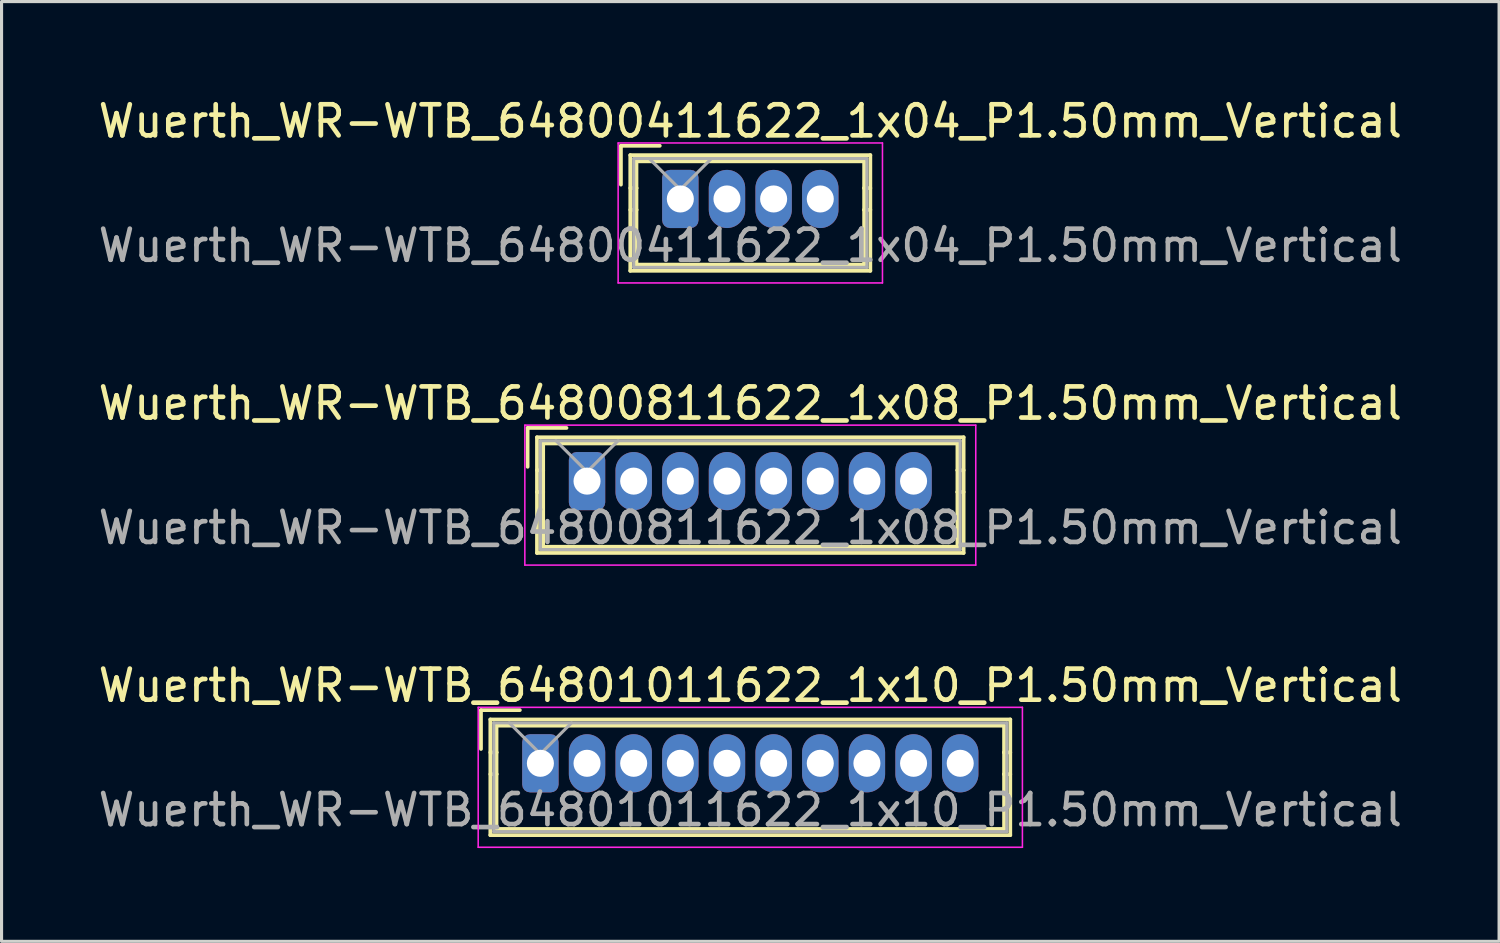
<source format=kicad_pcb>
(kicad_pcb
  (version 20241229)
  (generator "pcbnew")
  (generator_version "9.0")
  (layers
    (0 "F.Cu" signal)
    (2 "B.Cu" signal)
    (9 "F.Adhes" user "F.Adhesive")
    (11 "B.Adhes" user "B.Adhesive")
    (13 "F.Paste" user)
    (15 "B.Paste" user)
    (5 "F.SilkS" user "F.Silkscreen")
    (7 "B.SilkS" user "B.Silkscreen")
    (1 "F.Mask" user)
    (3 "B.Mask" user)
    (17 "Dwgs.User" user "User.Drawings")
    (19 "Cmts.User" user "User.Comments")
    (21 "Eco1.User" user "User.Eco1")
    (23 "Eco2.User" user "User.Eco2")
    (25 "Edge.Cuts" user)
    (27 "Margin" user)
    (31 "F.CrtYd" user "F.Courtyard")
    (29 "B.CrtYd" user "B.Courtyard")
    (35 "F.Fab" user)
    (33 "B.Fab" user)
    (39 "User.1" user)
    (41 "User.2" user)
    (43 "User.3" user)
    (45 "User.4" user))
  (footprint "Wuerth_WR-WTB_64800411622_1x04_P1.50mm_Vertical"
    (layer "F.Cu")
    (at 18.827 3.348)
    (property "Reference" "Wuerth_WR-WTB_64800411622_1x04_P1.50mm_Vertical" (at 2.25 -2.5 0) (layer "F.SilkS") (effects (font (size 1 1) (thickness 0.15))))
    (attr through_hole)
    (fp_line (start -1.91 -1.71) (end -1.91 -0.46) (stroke (width 0.12) (type solid)) (layer "F.SilkS"))
    (fp_line (start -1.61 -1.41) (end -1.61 2.31) (stroke (width 0.12) (type solid)) (layer "F.SilkS"))
    (fp_line (start -1.61 -0.35) (end -1.41 -0.35) (stroke (width 0.12) (type solid)) (layer "F.SilkS"))
    (fp_line (start -1.61 2.31) (end 6.11 2.31) (stroke (width 0.12) (type solid)) (layer "F.SilkS"))
    (fp_line (start -1.41 -1.21) (end 5.91 -1.21) (stroke (width 0.12) (type solid)) (layer "F.SilkS"))
    (fp_line (start -1.41 -0.35) (end -1.41 -1.21) (stroke (width 0.12) (type solid)) (layer "F.SilkS"))
    (fp_line (start -1.41 -0.35) (end -1.41 0.35) (stroke (width 0.12) (type solid)) (layer "F.SilkS"))
    (fp_line (start -1.41 0.35) (end -1.61 0.35) (stroke (width 0.12) (type solid)) (layer "F.SilkS"))
    (fp_line (start -1.41 0.35) (end -1.41 2.11) (stroke (width 0.12) (type solid)) (layer "F.SilkS"))
    (fp_line (start -1.41 2.11) (end 5.91 2.11) (stroke (width 0.12) (type solid)) (layer "F.SilkS"))
    (fp_line (start -0.66 -1.71) (end -1.91 -1.71) (stroke (width 0.12) (type solid)) (layer "F.SilkS"))
    (fp_line (start 5.91 -1.21) (end 5.91 -0.35) (stroke (width 0.12) (type solid)) (layer "F.SilkS"))
    (fp_line (start 5.91 -0.35) (end 5.91 0.35) (stroke (width 0.12) (type solid)) (layer "F.SilkS"))
    (fp_line (start 5.91 -0.35) (end 6.11 -0.35) (stroke (width 0.12) (type solid)) (layer "F.SilkS"))
    (fp_line (start 5.91 0.35) (end 6.11 0.35) (stroke (width 0.12) (type solid)) (layer "F.SilkS"))
    (fp_line (start 5.91 2.11) (end 5.91 0.35) (stroke (width 0.12) (type solid)) (layer "F.SilkS"))
    (fp_line (start 6.11 -1.41) (end -1.61 -1.41) (stroke (width 0.12) (type solid)) (layer "F.SilkS"))
    (fp_line (start 6.11 2.31) (end 6.11 -1.41) (stroke (width 0.12) (type solid)) (layer "F.SilkS"))
    (fp_line (start -2 -1.8) (end -2 2.7) (stroke (width 0.05) (type solid)) (layer "F.CrtYd"))
    (fp_line (start -2 2.7) (end 6.5 2.7) (stroke (width 0.05) (type solid)) (layer "F.CrtYd"))
    (fp_line (start 6.5 -1.8) (end -2 -1.8) (stroke (width 0.05) (type solid)) (layer "F.CrtYd"))
    (fp_line (start 6.5 2.7) (end 6.5 -1.8) (stroke (width 0.05) (type solid)) (layer "F.CrtYd"))
    (fp_line (start -1.5 -1.3) (end -1.5 2.2) (stroke (width 0.1) (type solid)) (layer "F.Fab"))
    (fp_line (start -1.5 2.2) (end 6 2.2) (stroke (width 0.1) (type solid)) (layer "F.Fab"))
    (fp_line (start -1 -1.3) (end 0 -0.3) (stroke (width 0.1) (type solid)) (layer "F.Fab"))
    (fp_line (start 0 -0.3) (end 1 -1.3) (stroke (width 0.1) (type solid)) (layer "F.Fab"))
    (fp_line (start 6 -1.3) (end -1.5 -1.3) (stroke (width 0.1) (type solid)) (layer "F.Fab"))
    (fp_line (start 6 2.2) (end 6 -1.3) (stroke (width 0.1) (type solid)) (layer "F.Fab"))
    (fp_text user "${REFERENCE}" (at 2.25 1.5 0) (layer "F.Fab") (effects (font (size 1 1) (thickness 0.15))))
    (pad "1" thru_hole roundrect (at 0 0) (size 1.17 1.87) (drill 0.87) (layers "*.Cu" "*.Mask") (roundrect_rratio 0.214))
    (pad "2" thru_hole oval (at 1.5 0) (size 1.17 1.87) (drill 0.87) (layers "*.Cu" "*.Mask"))
    (pad "3" thru_hole oval (at 3 0) (size 1.17 1.87) (drill 0.87) (layers "*.Cu" "*.Mask"))
    (pad "4" thru_hole oval (at 4.5 0) (size 1.17 1.87) (drill 0.87) (layers "*.Cu" "*.Mask")))
  (footprint "Wuerth_WR-WTB_64801011622_1x10_P1.50mm_Vertical"
    (layer "F.Cu")
    (at 14.327 21.495)
    (property "Reference" "Wuerth_WR-WTB_64801011622_1x10_P1.50mm_Vertical" (at 6.75 -2.5 0) (layer "F.SilkS") (effects (font (size 1 1) (thickness 0.15))))
    (attr through_hole)
    (fp_line (start -1.91 -1.71) (end -1.91 -0.46) (stroke (width 0.12) (type solid)) (layer "F.SilkS"))
    (fp_line (start -1.61 -1.41) (end -1.61 2.31) (stroke (width 0.12) (type solid)) (layer "F.SilkS"))
    (fp_line (start -1.61 -0.35) (end -1.41 -0.35) (stroke (width 0.12) (type solid)) (layer "F.SilkS"))
    (fp_line (start -1.61 2.31) (end 15.11 2.31) (stroke (width 0.12) (type solid)) (layer "F.SilkS"))
    (fp_line (start -1.41 -1.21) (end 14.91 -1.21) (stroke (width 0.12) (type solid)) (layer "F.SilkS"))
    (fp_line (start -1.41 -0.35) (end -1.41 -1.21) (stroke (width 0.12) (type solid)) (layer "F.SilkS"))
    (fp_line (start -1.41 -0.35) (end -1.41 0.35) (stroke (width 0.12) (type solid)) (layer "F.SilkS"))
    (fp_line (start -1.41 0.35) (end -1.61 0.35) (stroke (width 0.12) (type solid)) (layer "F.SilkS"))
    (fp_line (start -1.41 0.35) (end -1.41 2.11) (stroke (width 0.12) (type solid)) (layer "F.SilkS"))
    (fp_line (start -1.41 2.11) (end 14.91 2.11) (stroke (width 0.12) (type solid)) (layer "F.SilkS"))
    (fp_line (start -0.66 -1.71) (end -1.91 -1.71) (stroke (width 0.12) (type solid)) (layer "F.SilkS"))
    (fp_line (start 14.91 -1.21) (end 14.91 -0.35) (stroke (width 0.12) (type solid)) (layer "F.SilkS"))
    (fp_line (start 14.91 -0.35) (end 14.91 0.35) (stroke (width 0.12) (type solid)) (layer "F.SilkS"))
    (fp_line (start 14.91 -0.35) (end 15.11 -0.35) (stroke (width 0.12) (type solid)) (layer "F.SilkS"))
    (fp_line (start 14.91 0.35) (end 15.11 0.35) (stroke (width 0.12) (type solid)) (layer "F.SilkS"))
    (fp_line (start 14.91 2.11) (end 14.91 0.35) (stroke (width 0.12) (type solid)) (layer "F.SilkS"))
    (fp_line (start 15.11 -1.41) (end -1.61 -1.41) (stroke (width 0.12) (type solid)) (layer "F.SilkS"))
    (fp_line (start 15.11 2.31) (end 15.11 -1.41) (stroke (width 0.12) (type solid)) (layer "F.SilkS"))
    (fp_line (start -2 -1.8) (end -2 2.7) (stroke (width 0.05) (type solid)) (layer "F.CrtYd"))
    (fp_line (start -2 2.7) (end 15.5 2.7) (stroke (width 0.05) (type solid)) (layer "F.CrtYd"))
    (fp_line (start 15.5 -1.8) (end -2 -1.8) (stroke (width 0.05) (type solid)) (layer "F.CrtYd"))
    (fp_line (start 15.5 2.7) (end 15.5 -1.8) (stroke (width 0.05) (type solid)) (layer "F.CrtYd"))
    (fp_line (start -1.5 -1.3) (end -1.5 2.2) (stroke (width 0.1) (type solid)) (layer "F.Fab"))
    (fp_line (start -1.5 2.2) (end 15 2.2) (stroke (width 0.1) (type solid)) (layer "F.Fab"))
    (fp_line (start -1 -1.3) (end 0 -0.3) (stroke (width 0.1) (type solid)) (layer "F.Fab"))
    (fp_line (start 0 -0.3) (end 1 -1.3) (stroke (width 0.1) (type solid)) (layer "F.Fab"))
    (fp_line (start 15 -1.3) (end -1.5 -1.3) (stroke (width 0.1) (type solid)) (layer "F.Fab"))
    (fp_line (start 15 2.2) (end 15 -1.3) (stroke (width 0.1) (type solid)) (layer "F.Fab"))
    (fp_text user "${REFERENCE}" (at 6.75 1.5 0) (layer "F.Fab") (effects (font (size 1 1) (thickness 0.15))))
    (pad "1" thru_hole roundrect (at 0 0) (size 1.17 1.87) (drill 0.87) (layers "*.Cu" "*.Mask") (roundrect_rratio 0.214))
    (pad "2" thru_hole oval (at 1.5 0) (size 1.17 1.87) (drill 0.87) (layers "*.Cu" "*.Mask"))
    (pad "3" thru_hole oval (at 3 0) (size 1.17 1.87) (drill 0.87) (layers "*.Cu" "*.Mask"))
    (pad "4" thru_hole oval (at 4.5 0) (size 1.17 1.87) (drill 0.87) (layers "*.Cu" "*.Mask"))
    (pad "5" thru_hole oval (at 6 0) (size 1.17 1.87) (drill 0.87) (layers "*.Cu" "*.Mask"))
    (pad "6" thru_hole oval (at 7.5 0) (size 1.17 1.87) (drill 0.87) (layers "*.Cu" "*.Mask"))
    (pad "7" thru_hole oval (at 9 0) (size 1.17 1.87) (drill 0.87) (layers "*.Cu" "*.Mask"))
    (pad "8" thru_hole oval (at 10.5 0) (size 1.17 1.87) (drill 0.87) (layers "*.Cu" "*.Mask"))
    (pad "9" thru_hole oval (at 12 0) (size 1.17 1.87) (drill 0.87) (layers "*.Cu" "*.Mask"))
    (pad "10" thru_hole oval (at 13.5 0) (size 1.17 1.87) (drill 0.87) (layers "*.Cu" "*.Mask")))
  (footprint "Wuerth_WR-WTB_64800811622_1x08_P1.50mm_Vertical"
    (layer "F.Cu")
    (at 15.827 12.421)
    (property "Reference" "Wuerth_WR-WTB_64800811622_1x08_P1.50mm_Vertical" (at 5.25 -2.5 0) (layer "F.SilkS") (effects (font (size 1 1) (thickness 0.15))))
    (attr through_hole)
    (fp_line (start -1.91 -1.71) (end -1.91 -0.46) (stroke (width 0.12) (type solid)) (layer "F.SilkS"))
    (fp_line (start -1.61 -1.41) (end -1.61 2.31) (stroke (width 0.12) (type solid)) (layer "F.SilkS"))
    (fp_line (start -1.61 -0.35) (end -1.41 -0.35) (stroke (width 0.12) (type solid)) (layer "F.SilkS"))
    (fp_line (start -1.61 2.31) (end 12.11 2.31) (stroke (width 0.12) (type solid)) (layer "F.SilkS"))
    (fp_line (start -1.41 -1.21) (end 11.91 -1.21) (stroke (width 0.12) (type solid)) (layer "F.SilkS"))
    (fp_line (start -1.41 -0.35) (end -1.41 -1.21) (stroke (width 0.12) (type solid)) (layer "F.SilkS"))
    (fp_line (start -1.41 -0.35) (end -1.41 0.35) (stroke (width 0.12) (type solid)) (layer "F.SilkS"))
    (fp_line (start -1.41 0.35) (end -1.61 0.35) (stroke (width 0.12) (type solid)) (layer "F.SilkS"))
    (fp_line (start -1.41 0.35) (end -1.41 2.11) (stroke (width 0.12) (type solid)) (layer "F.SilkS"))
    (fp_line (start -1.41 2.11) (end 11.91 2.11) (stroke (width 0.12) (type solid)) (layer "F.SilkS"))
    (fp_line (start -0.66 -1.71) (end -1.91 -1.71) (stroke (width 0.12) (type solid)) (layer "F.SilkS"))
    (fp_line (start 11.91 -1.21) (end 11.91 -0.35) (stroke (width 0.12) (type solid)) (layer "F.SilkS"))
    (fp_line (start 11.91 -0.35) (end 11.91 0.35) (stroke (width 0.12) (type solid)) (layer "F.SilkS"))
    (fp_line (start 11.91 -0.35) (end 12.11 -0.35) (stroke (width 0.12) (type solid)) (layer "F.SilkS"))
    (fp_line (start 11.91 0.35) (end 12.11 0.35) (stroke (width 0.12) (type solid)) (layer "F.SilkS"))
    (fp_line (start 11.91 2.11) (end 11.91 0.35) (stroke (width 0.12) (type solid)) (layer "F.SilkS"))
    (fp_line (start 12.11 -1.41) (end -1.61 -1.41) (stroke (width 0.12) (type solid)) (layer "F.SilkS"))
    (fp_line (start 12.11 2.31) (end 12.11 -1.41) (stroke (width 0.12) (type solid)) (layer "F.SilkS"))
    (fp_line (start -2 -1.8) (end -2 2.7) (stroke (width 0.05) (type solid)) (layer "F.CrtYd"))
    (fp_line (start -2 2.7) (end 12.5 2.7) (stroke (width 0.05) (type solid)) (layer "F.CrtYd"))
    (fp_line (start 12.5 -1.8) (end -2 -1.8) (stroke (width 0.05) (type solid)) (layer "F.CrtYd"))
    (fp_line (start 12.5 2.7) (end 12.5 -1.8) (stroke (width 0.05) (type solid)) (layer "F.CrtYd"))
    (fp_line (start -1.5 -1.3) (end -1.5 2.2) (stroke (width 0.1) (type solid)) (layer "F.Fab"))
    (fp_line (start -1.5 2.2) (end 12 2.2) (stroke (width 0.1) (type solid)) (layer "F.Fab"))
    (fp_line (start -1 -1.3) (end 0 -0.3) (stroke (width 0.1) (type solid)) (layer "F.Fab"))
    (fp_line (start 0 -0.3) (end 1 -1.3) (stroke (width 0.1) (type solid)) (layer "F.Fab"))
    (fp_line (start 12 -1.3) (end -1.5 -1.3) (stroke (width 0.1) (type solid)) (layer "F.Fab"))
    (fp_line (start 12 2.2) (end 12 -1.3) (stroke (width 0.1) (type solid)) (layer "F.Fab"))
    (fp_text user "${REFERENCE}" (at 5.25 1.5 0) (layer "F.Fab") (effects (font (size 1 1) (thickness 0.15))))
    (pad "1" thru_hole roundrect (at 0 0) (size 1.17 1.87) (drill 0.87) (layers "*.Cu" "*.Mask") (roundrect_rratio 0.214))
    (pad "2" thru_hole oval (at 1.5 0) (size 1.17 1.87) (drill 0.87) (layers "*.Cu" "*.Mask"))
    (pad "3" thru_hole oval (at 3 0) (size 1.17 1.87) (drill 0.87) (layers "*.Cu" "*.Mask"))
    (pad "4" thru_hole oval (at 4.5 0) (size 1.17 1.87) (drill 0.87) (layers "*.Cu" "*.Mask"))
    (pad "5" thru_hole oval (at 6 0) (size 1.17 1.87) (drill 0.87) (layers "*.Cu" "*.Mask"))
    (pad "6" thru_hole oval (at 7.5 0) (size 1.17 1.87) (drill 0.87) (layers "*.Cu" "*.Mask"))
    (pad "7" thru_hole oval (at 9 0) (size 1.17 1.87) (drill 0.87) (layers "*.Cu" "*.Mask"))
    (pad "8" thru_hole oval (at 10.5 0) (size 1.17 1.87) (drill 0.87) (layers "*.Cu" "*.Mask")))
  (gr_rect
    (start -3 -3)
    (end 45.155 27.22)
    (stroke (width 0.1) (type default))
    (fill no)
    (layer "Edge.Cuts")))
</source>
